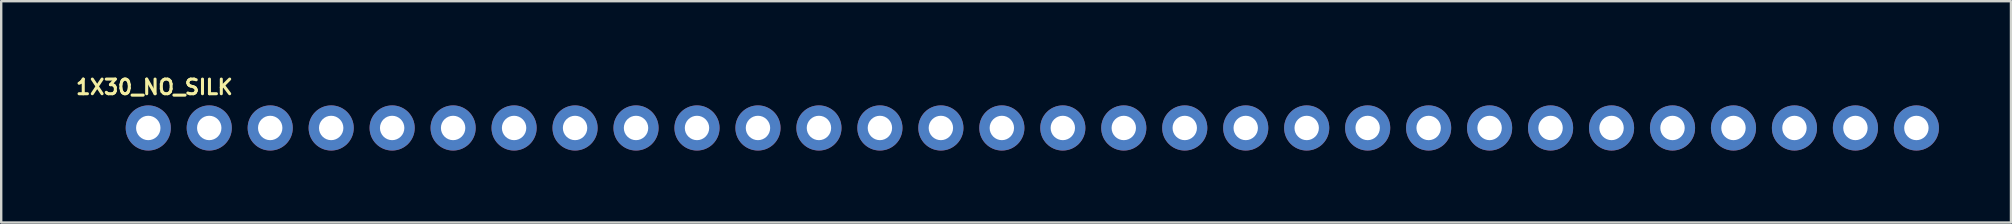
<source format=kicad_pcb>
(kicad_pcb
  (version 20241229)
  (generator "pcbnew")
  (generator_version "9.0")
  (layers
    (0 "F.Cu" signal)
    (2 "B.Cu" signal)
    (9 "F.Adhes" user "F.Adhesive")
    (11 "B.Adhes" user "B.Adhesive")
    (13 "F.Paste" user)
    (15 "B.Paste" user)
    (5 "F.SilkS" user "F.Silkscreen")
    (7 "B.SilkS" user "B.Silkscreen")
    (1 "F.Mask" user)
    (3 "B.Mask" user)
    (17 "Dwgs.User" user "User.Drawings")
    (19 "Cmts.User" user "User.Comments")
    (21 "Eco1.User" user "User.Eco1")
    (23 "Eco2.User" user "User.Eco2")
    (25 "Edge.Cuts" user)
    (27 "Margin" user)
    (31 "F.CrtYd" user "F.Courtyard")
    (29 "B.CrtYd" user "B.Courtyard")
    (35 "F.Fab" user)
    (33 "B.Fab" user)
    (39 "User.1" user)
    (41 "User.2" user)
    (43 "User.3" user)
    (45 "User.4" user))
  (footprint "1X30_NO_SILK"
    (layer "F.Cu")
    (at 3.127 2.281)
    (property "Reference" "1X30_NO_SILK" (at 0.254 -1.702 0) (layer "F.SilkS") (effects (font (size 0.61 0.61) (thickness 0.127))))
    (attr exclude_from_pos_files exclude_from_bom)
    (fp_line (start -0.254 -0.254) (end 0.254 -0.254) (stroke (width 0.066) (type solid)) (layer "Dwgs.User"))
    (fp_line (start -0.254 0.254) (end -0.254 -0.254) (stroke (width 0.066) (type solid)) (layer "Dwgs.User"))
    (fp_line (start -0.254 0.254) (end 0.254 0.254) (stroke (width 0.066) (type solid)) (layer "Dwgs.User"))
    (fp_line (start 0.254 0.254) (end 0.254 -0.254) (stroke (width 0.066) (type solid)) (layer "Dwgs.User"))
    (fp_line (start 2.286 -0.254) (end 2.794 -0.254) (stroke (width 0.066) (type solid)) (layer "Dwgs.User"))
    (fp_line (start 2.286 0.254) (end 2.286 -0.254) (stroke (width 0.066) (type solid)) (layer "Dwgs.User"))
    (fp_line (start 2.286 0.254) (end 2.794 0.254) (stroke (width 0.066) (type solid)) (layer "Dwgs.User"))
    (fp_line (start 2.794 0.254) (end 2.794 -0.254) (stroke (width 0.066) (type solid)) (layer "Dwgs.User"))
    (fp_line (start 4.826 -0.254) (end 5.334 -0.254) (stroke (width 0.066) (type solid)) (layer "Dwgs.User"))
    (fp_line (start 4.826 0.254) (end 4.826 -0.254) (stroke (width 0.066) (type solid)) (layer "Dwgs.User"))
    (fp_line (start 4.826 0.254) (end 5.334 0.254) (stroke (width 0.066) (type solid)) (layer "Dwgs.User"))
    (fp_line (start 5.334 0.254) (end 5.334 -0.254) (stroke (width 0.066) (type solid)) (layer "Dwgs.User"))
    (fp_line (start 7.366 -0.254) (end 7.874 -0.254) (stroke (width 0.066) (type solid)) (layer "Dwgs.User"))
    (fp_line (start 7.366 0.254) (end 7.366 -0.254) (stroke (width 0.066) (type solid)) (layer "Dwgs.User"))
    (fp_line (start 7.366 0.254) (end 7.874 0.254) (stroke (width 0.066) (type solid)) (layer "Dwgs.User"))
    (fp_line (start 7.874 0.254) (end 7.874 -0.254) (stroke (width 0.066) (type solid)) (layer "Dwgs.User"))
    (fp_line (start 9.906 -0.254) (end 10.414 -0.254) (stroke (width 0.066) (type solid)) (layer "Dwgs.User"))
    (fp_line (start 9.906 0.254) (end 9.906 -0.254) (stroke (width 0.066) (type solid)) (layer "Dwgs.User"))
    (fp_line (start 9.906 0.254) (end 10.414 0.254) (stroke (width 0.066) (type solid)) (layer "Dwgs.User"))
    (fp_line (start 10.414 0.254) (end 10.414 -0.254) (stroke (width 0.066) (type solid)) (layer "Dwgs.User"))
    (fp_line (start 12.446 -0.254) (end 12.954 -0.254) (stroke (width 0.066) (type solid)) (layer "Dwgs.User"))
    (fp_line (start 12.446 0.254) (end 12.446 -0.254) (stroke (width 0.066) (type solid)) (layer "Dwgs.User"))
    (fp_line (start 12.446 0.254) (end 12.954 0.254) (stroke (width 0.066) (type solid)) (layer "Dwgs.User"))
    (fp_line (start 12.954 0.254) (end 12.954 -0.254) (stroke (width 0.066) (type solid)) (layer "Dwgs.User"))
    (fp_line (start 14.986 -0.254) (end 15.494 -0.254) (stroke (width 0.066) (type solid)) (layer "Dwgs.User"))
    (fp_line (start 14.986 0.254) (end 14.986 -0.254) (stroke (width 0.066) (type solid)) (layer "Dwgs.User"))
    (fp_line (start 14.986 0.254) (end 15.494 0.254) (stroke (width 0.066) (type solid)) (layer "Dwgs.User"))
    (fp_line (start 15.494 0.254) (end 15.494 -0.254) (stroke (width 0.066) (type solid)) (layer "Dwgs.User"))
    (fp_line (start 17.523 -0.254) (end 18.034 -0.254) (stroke (width 0.066) (type solid)) (layer "Dwgs.User"))
    (fp_line (start 17.523 0.254) (end 17.523 -0.254) (stroke (width 0.066) (type solid)) (layer "Dwgs.User"))
    (fp_line (start 17.523 0.254) (end 18.034 0.254) (stroke (width 0.066) (type solid)) (layer "Dwgs.User"))
    (fp_line (start 18.034 0.254) (end 18.034 -0.254) (stroke (width 0.066) (type solid)) (layer "Dwgs.User"))
    (fp_line (start 20.066 -0.254) (end 20.574 -0.254) (stroke (width 0.066) (type solid)) (layer "Dwgs.User"))
    (fp_line (start 20.066 0.254) (end 20.066 -0.254) (stroke (width 0.066) (type solid)) (layer "Dwgs.User"))
    (fp_line (start 20.066 0.254) (end 20.574 0.254) (stroke (width 0.066) (type solid)) (layer "Dwgs.User"))
    (fp_line (start 20.574 0.254) (end 20.574 -0.254) (stroke (width 0.066) (type solid)) (layer "Dwgs.User"))
    (fp_line (start 22.606 -0.254) (end 23.114 -0.254) (stroke (width 0.066) (type solid)) (layer "Dwgs.User"))
    (fp_line (start 22.606 0.254) (end 22.606 -0.254) (stroke (width 0.066) (type solid)) (layer "Dwgs.User"))
    (fp_line (start 22.606 0.254) (end 23.114 0.254) (stroke (width 0.066) (type solid)) (layer "Dwgs.User"))
    (fp_line (start 23.114 0.254) (end 23.114 -0.254) (stroke (width 0.066) (type solid)) (layer "Dwgs.User"))
    (fp_line (start 25.146 -0.254) (end 25.654 -0.254) (stroke (width 0.066) (type solid)) (layer "Dwgs.User"))
    (fp_line (start 25.146 0.254) (end 25.146 -0.254) (stroke (width 0.066) (type solid)) (layer "Dwgs.User"))
    (fp_line (start 25.146 0.254) (end 25.654 0.254) (stroke (width 0.066) (type solid)) (layer "Dwgs.User"))
    (fp_line (start 25.654 0.254) (end 25.654 -0.254) (stroke (width 0.066) (type solid)) (layer "Dwgs.User"))
    (fp_line (start 27.686 -0.254) (end 28.194 -0.254) (stroke (width 0.066) (type solid)) (layer "Dwgs.User"))
    (fp_line (start 27.686 0.254) (end 27.686 -0.254) (stroke (width 0.066) (type solid)) (layer "Dwgs.User"))
    (fp_line (start 27.686 0.254) (end 28.194 0.254) (stroke (width 0.066) (type solid)) (layer "Dwgs.User"))
    (fp_line (start 28.194 0.254) (end 28.194 -0.254) (stroke (width 0.066) (type solid)) (layer "Dwgs.User"))
    (fp_line (start 30.226 -0.254) (end 30.734 -0.254) (stroke (width 0.066) (type solid)) (layer "Dwgs.User"))
    (fp_line (start 30.226 0.254) (end 30.226 -0.254) (stroke (width 0.066) (type solid)) (layer "Dwgs.User"))
    (fp_line (start 30.226 0.254) (end 30.734 0.254) (stroke (width 0.066) (type solid)) (layer "Dwgs.User"))
    (fp_line (start 30.734 0.254) (end 30.734 -0.254) (stroke (width 0.066) (type solid)) (layer "Dwgs.User"))
    (fp_line (start 32.766 -0.254) (end 33.274 -0.254) (stroke (width 0.066) (type solid)) (layer "Dwgs.User"))
    (fp_line (start 32.766 0.254) (end 32.766 -0.254) (stroke (width 0.066) (type solid)) (layer "Dwgs.User"))
    (fp_line (start 32.766 0.254) (end 33.274 0.254) (stroke (width 0.066) (type solid)) (layer "Dwgs.User"))
    (fp_line (start 33.274 0.254) (end 33.274 -0.254) (stroke (width 0.066) (type solid)) (layer "Dwgs.User"))
    (fp_line (start 35.303 -0.254) (end 35.814 -0.254) (stroke (width 0.066) (type solid)) (layer "Dwgs.User"))
    (fp_line (start 35.303 0.254) (end 35.303 -0.254) (stroke (width 0.066) (type solid)) (layer "Dwgs.User"))
    (fp_line (start 35.303 0.254) (end 35.814 0.254) (stroke (width 0.066) (type solid)) (layer "Dwgs.User"))
    (fp_line (start 35.814 0.254) (end 35.814 -0.254) (stroke (width 0.066) (type solid)) (layer "Dwgs.User"))
    (fp_line (start 37.846 -0.254) (end 38.354 -0.254) (stroke (width 0.066) (type solid)) (layer "Dwgs.User"))
    (fp_line (start 37.846 0.254) (end 37.846 -0.254) (stroke (width 0.066) (type solid)) (layer "Dwgs.User"))
    (fp_line (start 37.846 0.254) (end 38.354 0.254) (stroke (width 0.066) (type solid)) (layer "Dwgs.User"))
    (fp_line (start 38.354 0.254) (end 38.354 -0.254) (stroke (width 0.066) (type solid)) (layer "Dwgs.User"))
    (fp_line (start 40.386 -0.254) (end 40.894 -0.254) (stroke (width 0.066) (type solid)) (layer "Dwgs.User"))
    (fp_line (start 40.386 0.254) (end 40.386 -0.254) (stroke (width 0.066) (type solid)) (layer "Dwgs.User"))
    (fp_line (start 40.386 0.254) (end 40.894 0.254) (stroke (width 0.066) (type solid)) (layer "Dwgs.User"))
    (fp_line (start 40.894 0.254) (end 40.894 -0.254) (stroke (width 0.066) (type solid)) (layer "Dwgs.User"))
    (fp_line (start 42.926 -0.254) (end 43.434 -0.254) (stroke (width 0.066) (type solid)) (layer "Dwgs.User"))
    (fp_line (start 42.926 0.254) (end 42.926 -0.254) (stroke (width 0.066) (type solid)) (layer "Dwgs.User"))
    (fp_line (start 42.926 0.254) (end 43.434 0.254) (stroke (width 0.066) (type solid)) (layer "Dwgs.User"))
    (fp_line (start 43.434 0.254) (end 43.434 -0.254) (stroke (width 0.066) (type solid)) (layer "Dwgs.User"))
    (fp_line (start 45.466 -0.254) (end 45.974 -0.254) (stroke (width 0.066) (type solid)) (layer "Dwgs.User"))
    (fp_line (start 45.466 0.254) (end 45.466 -0.254) (stroke (width 0.066) (type solid)) (layer "Dwgs.User"))
    (fp_line (start 45.466 0.254) (end 45.974 0.254) (stroke (width 0.066) (type solid)) (layer "Dwgs.User"))
    (fp_line (start 45.974 0.254) (end 45.974 -0.254) (stroke (width 0.066) (type solid)) (layer "Dwgs.User"))
    (fp_line (start 48.006 -0.254) (end 48.514 -0.254) (stroke (width 0.066) (type solid)) (layer "Dwgs.User"))
    (fp_line (start 48.006 0.254) (end 48.006 -0.254) (stroke (width 0.066) (type solid)) (layer "Dwgs.User"))
    (fp_line (start 48.006 0.254) (end 48.514 0.254) (stroke (width 0.066) (type solid)) (layer "Dwgs.User"))
    (fp_line (start 48.514 0.254) (end 48.514 -0.254) (stroke (width 0.066) (type solid)) (layer "Dwgs.User"))
    (fp_line (start 50.546 -0.254) (end 51.051 -0.254) (stroke (width 0.066) (type solid)) (layer "Dwgs.User"))
    (fp_line (start 50.546 0.254) (end 50.546 -0.254) (stroke (width 0.066) (type solid)) (layer "Dwgs.User"))
    (fp_line (start 50.546 0.254) (end 51.051 0.254) (stroke (width 0.066) (type solid)) (layer "Dwgs.User"))
    (fp_line (start 51.051 0.254) (end 51.051 -0.254) (stroke (width 0.066) (type solid)) (layer "Dwgs.User"))
    (fp_line (start 53.086 -0.254) (end 53.594 -0.254) (stroke (width 0.066) (type solid)) (layer "Dwgs.User"))
    (fp_line (start 53.086 0.254) (end 53.086 -0.254) (stroke (width 0.066) (type solid)) (layer "Dwgs.User"))
    (fp_line (start 53.086 0.254) (end 53.594 0.254) (stroke (width 0.066) (type solid)) (layer "Dwgs.User"))
    (fp_line (start 53.594 0.254) (end 53.594 -0.254) (stroke (width 0.066) (type solid)) (layer "Dwgs.User"))
    (fp_line (start 55.626 -0.254) (end 56.134 -0.254) (stroke (width 0.066) (type solid)) (layer "Dwgs.User"))
    (fp_line (start 55.626 0.254) (end 55.626 -0.254) (stroke (width 0.066) (type solid)) (layer "Dwgs.User"))
    (fp_line (start 55.626 0.254) (end 56.134 0.254) (stroke (width 0.066) (type solid)) (layer "Dwgs.User"))
    (fp_line (start 56.134 0.254) (end 56.134 -0.254) (stroke (width 0.066) (type solid)) (layer "Dwgs.User"))
    (fp_line (start 58.166 -0.254) (end 58.674 -0.254) (stroke (width 0.066) (type solid)) (layer "Dwgs.User"))
    (fp_line (start 58.166 0.254) (end 58.166 -0.254) (stroke (width 0.066) (type solid)) (layer "Dwgs.User"))
    (fp_line (start 58.166 0.254) (end 58.674 0.254) (stroke (width 0.066) (type solid)) (layer "Dwgs.User"))
    (fp_line (start 58.674 0.254) (end 58.674 -0.254) (stroke (width 0.066) (type solid)) (layer "Dwgs.User"))
    (fp_line (start 60.706 -0.254) (end 61.214 -0.254) (stroke (width 0.066) (type solid)) (layer "Dwgs.User"))
    (fp_line (start 60.706 0.254) (end 60.706 -0.254) (stroke (width 0.066) (type solid)) (layer "Dwgs.User"))
    (fp_line (start 60.706 0.254) (end 61.214 0.254) (stroke (width 0.066) (type solid)) (layer "Dwgs.User"))
    (fp_line (start 61.214 0.254) (end 61.214 -0.254) (stroke (width 0.066) (type solid)) (layer "Dwgs.User"))
    (fp_line (start 63.246 -0.254) (end 63.751 -0.254) (stroke (width 0.066) (type solid)) (layer "Dwgs.User"))
    (fp_line (start 63.246 0.254) (end 63.246 -0.254) (stroke (width 0.066) (type solid)) (layer "Dwgs.User"))
    (fp_line (start 63.246 0.254) (end 63.751 0.254) (stroke (width 0.066) (type solid)) (layer "Dwgs.User"))
    (fp_line (start 63.751 0.254) (end 63.751 -0.254) (stroke (width 0.066) (type solid)) (layer "Dwgs.User"))
    (fp_line (start 65.786 -0.254) (end 66.294 -0.254) (stroke (width 0.066) (type solid)) (layer "Dwgs.User"))
    (fp_line (start 65.786 0.254) (end 65.786 -0.254) (stroke (width 0.066) (type solid)) (layer "Dwgs.User"))
    (fp_line (start 65.786 0.254) (end 66.294 0.254) (stroke (width 0.066) (type solid)) (layer "Dwgs.User"))
    (fp_line (start 66.294 0.254) (end 66.294 -0.254) (stroke (width 0.066) (type solid)) (layer "Dwgs.User"))
    (fp_line (start 68.326 -0.254) (end 68.834 -0.254) (stroke (width 0.066) (type solid)) (layer "Dwgs.User"))
    (fp_line (start 68.326 0.254) (end 68.326 -0.254) (stroke (width 0.066) (type solid)) (layer "Dwgs.User"))
    (fp_line (start 68.326 0.254) (end 68.834 0.254) (stroke (width 0.066) (type solid)) (layer "Dwgs.User"))
    (fp_line (start 68.834 0.254) (end 68.834 -0.254) (stroke (width 0.066) (type solid)) (layer "Dwgs.User"))
    (fp_line (start 70.866 -0.254) (end 71.374 -0.254) (stroke (width 0.066) (type solid)) (layer "Dwgs.User"))
    (fp_line (start 70.866 0.254) (end 70.866 -0.254) (stroke (width 0.066) (type solid)) (layer "Dwgs.User"))
    (fp_line (start 70.866 0.254) (end 71.374 0.254) (stroke (width 0.066) (type solid)) (layer "Dwgs.User"))
    (fp_line (start 71.374 0.254) (end 71.374 -0.254) (stroke (width 0.066) (type solid)) (layer "Dwgs.User"))
    (fp_line (start 73.406 -0.254) (end 73.914 -0.254) (stroke (width 0.066) (type solid)) (layer "Dwgs.User"))
    (fp_line (start 73.406 0.254) (end 73.406 -0.254) (stroke (width 0.066) (type solid)) (layer "Dwgs.User"))
    (fp_line (start 73.406 0.254) (end 73.914 0.254) (stroke (width 0.066) (type solid)) (layer "Dwgs.User"))
    (fp_line (start 73.914 0.254) (end 73.914 -0.254) (stroke (width 0.066) (type solid)) (layer "Dwgs.User"))
    (pad "1" thru_hole circle (at 0 0) (size 1.88 1.88) (drill 1.016) (layers "*.Cu" "*.Paste" "*.Mask"))
    (pad "2" thru_hole circle (at 2.54 0) (size 1.88 1.88) (drill 1.016) (layers "*.Cu" "*.Paste" "*.Mask"))
    (pad "3" thru_hole circle (at 5.08 0) (size 1.88 1.88) (drill 1.016) (layers "*.Cu" "*.Paste" "*.Mask"))
    (pad "4" thru_hole circle (at 7.62 0) (size 1.88 1.88) (drill 1.016) (layers "*.Cu" "*.Paste" "*.Mask"))
    (pad "5" thru_hole circle (at 10.16 0) (size 1.88 1.88) (drill 1.016) (layers "*.Cu" "*.Paste" "*.Mask"))
    (pad "6" thru_hole circle (at 12.7 0) (size 1.88 1.88) (drill 1.016) (layers "*.Cu" "*.Paste" "*.Mask"))
    (pad "7" thru_hole circle (at 15.24 0) (size 1.88 1.88) (drill 1.016) (layers "*.Cu" "*.Paste" "*.Mask"))
    (pad "8" thru_hole circle (at 17.78 0) (size 1.88 1.88) (drill 1.016) (layers "*.Cu" "*.Paste" "*.Mask"))
    (pad "9" thru_hole circle (at 20.32 0) (size 1.88 1.88) (drill 1.016) (layers "*.Cu" "*.Paste" "*.Mask"))
    (pad "10" thru_hole circle (at 22.86 0) (size 1.88 1.88) (drill 1.016) (layers "*.Cu" "*.Paste" "*.Mask"))
    (pad "11" thru_hole circle (at 25.4 0) (size 1.88 1.88) (drill 1.016) (layers "*.Cu" "*.Paste" "*.Mask"))
    (pad "12" thru_hole circle (at 27.94 0) (size 1.88 1.88) (drill 1.016) (layers "*.Cu" "*.Paste" "*.Mask"))
    (pad "13" thru_hole circle (at 30.48 0) (size 1.88 1.88) (drill 1.016) (layers "*.Cu" "*.Paste" "*.Mask"))
    (pad "14" thru_hole circle (at 33.02 0) (size 1.88 1.88) (drill 1.016) (layers "*.Cu" "*.Paste" "*.Mask"))
    (pad "15" thru_hole circle (at 35.56 0) (size 1.88 1.88) (drill 1.016) (layers "*.Cu" "*.Paste" "*.Mask"))
    (pad "16" thru_hole circle (at 38.1 0) (size 1.88 1.88) (drill 1.016) (layers "*.Cu" "*.Paste" "*.Mask"))
    (pad "17" thru_hole circle (at 40.64 0) (size 1.88 1.88) (drill 1.016) (layers "*.Cu" "*.Paste" "*.Mask"))
    (pad "18" thru_hole circle (at 43.18 0) (size 1.88 1.88) (drill 1.016) (layers "*.Cu" "*.Paste" "*.Mask"))
    (pad "19" thru_hole circle (at 45.72 0) (size 1.88 1.88) (drill 1.016) (layers "*.Cu" "*.Paste" "*.Mask"))
    (pad "20" thru_hole circle (at 48.26 0) (size 1.88 1.88) (drill 1.016) (layers "*.Cu" "*.Paste" "*.Mask"))
    (pad "21" thru_hole circle (at 50.8 0) (size 1.88 1.88) (drill 1.016) (layers "*.Cu" "*.Paste" "*.Mask"))
    (pad "22" thru_hole circle (at 53.34 0) (size 1.88 1.88) (drill 1.016) (layers "*.Cu" "*.Paste" "*.Mask"))
    (pad "23" thru_hole circle (at 55.88 0) (size 1.88 1.88) (drill 1.016) (layers "*.Cu" "*.Paste" "*.Mask"))
    (pad "24" thru_hole circle (at 58.42 0) (size 1.88 1.88) (drill 1.016) (layers "*.Cu" "*.Paste" "*.Mask"))
    (pad "25" thru_hole circle (at 60.96 0) (size 1.88 1.88) (drill 1.016) (layers "*.Cu" "*.Paste" "*.Mask"))
    (pad "26" thru_hole circle (at 63.5 0) (size 1.88 1.88) (drill 1.016) (layers "*.Cu" "*.Paste" "*.Mask"))
    (pad "27" thru_hole circle (at 66.04 0) (size 1.88 1.88) (drill 1.016) (layers "*.Cu" "*.Paste" "*.Mask"))
    (pad "28" thru_hole circle (at 68.58 0) (size 1.88 1.88) (drill 1.016) (layers "*.Cu" "*.Paste" "*.Mask"))
    (pad "29" thru_hole circle (at 71.12 0) (size 1.88 1.88) (drill 1.016) (layers "*.Cu" "*.Paste" "*.Mask"))
    (pad "30" thru_hole circle (at 73.66 0) (size 1.88 1.88) (drill 1.016) (layers "*.Cu" "*.Paste" "*.Mask")))
  (gr_rect
    (start -3 -3)
    (end 80.727 6.221)
    (stroke (width 0.1) (type default))
    (fill no)
    (layer "Edge.Cuts")))
</source>
